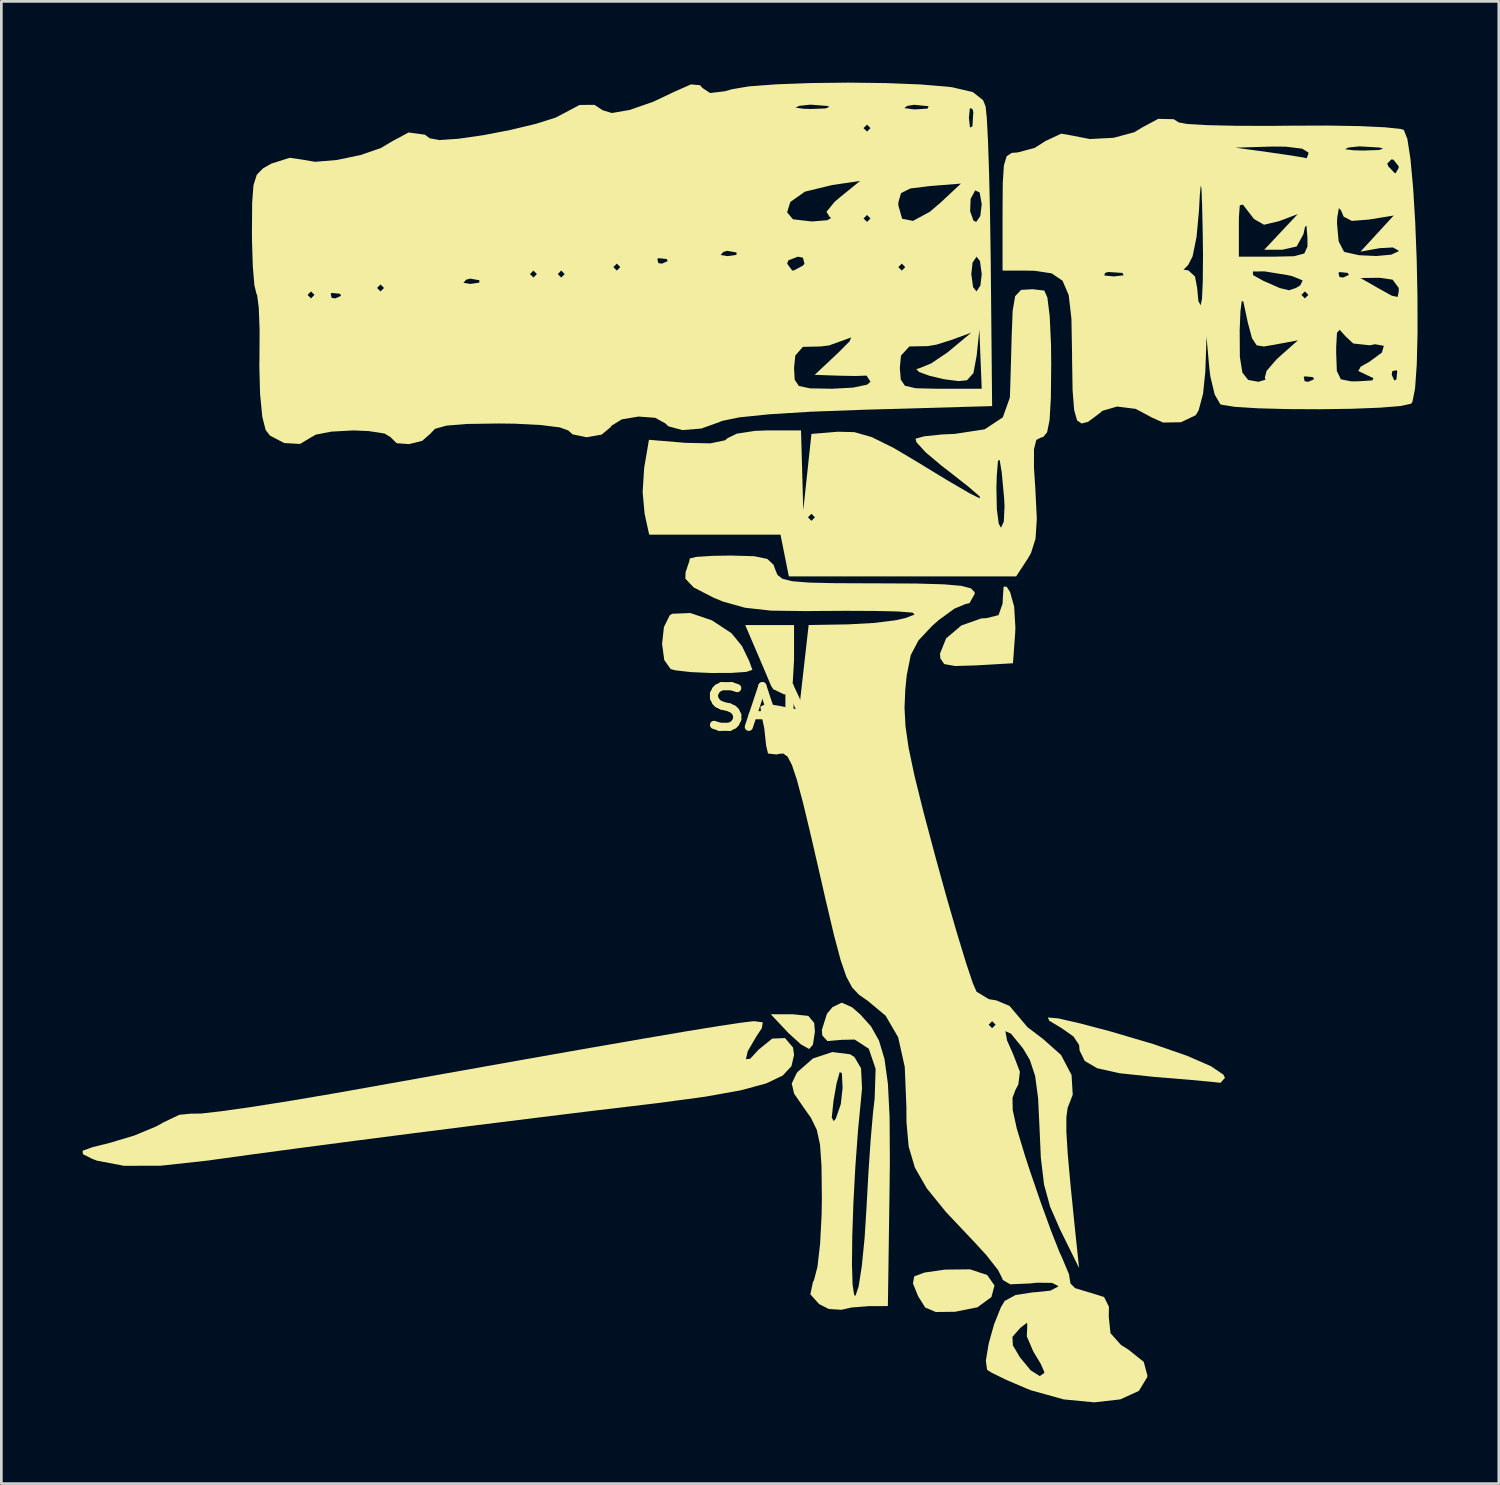
<source format=kicad_pcb>
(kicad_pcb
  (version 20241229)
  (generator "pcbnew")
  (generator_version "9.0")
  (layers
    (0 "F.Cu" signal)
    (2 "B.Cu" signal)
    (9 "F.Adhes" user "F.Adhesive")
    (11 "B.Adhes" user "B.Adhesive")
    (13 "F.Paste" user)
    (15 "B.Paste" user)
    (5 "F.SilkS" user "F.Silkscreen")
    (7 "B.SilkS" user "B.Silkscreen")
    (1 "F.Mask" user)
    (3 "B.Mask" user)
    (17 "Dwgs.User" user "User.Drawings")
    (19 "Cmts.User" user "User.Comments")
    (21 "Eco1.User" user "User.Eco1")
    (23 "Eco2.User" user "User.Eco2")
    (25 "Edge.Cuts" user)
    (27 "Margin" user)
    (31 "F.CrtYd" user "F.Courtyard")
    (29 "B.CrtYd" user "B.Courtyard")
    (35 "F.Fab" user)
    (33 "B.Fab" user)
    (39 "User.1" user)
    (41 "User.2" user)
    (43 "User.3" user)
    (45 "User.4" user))
  (footprint "SAM"
    (layer "F.Cu")
    (at 25.236 23.102)
    (property "Reference" "SAM" (at 0 0 0) (layer "F.SilkS") (effects (font (size 1.5 1.5) (thickness 0.3))))
    (attr board_only exclude_from_pos_files exclude_from_bom)
    (fp_poly (pts (xy 1.552 11.349) (xy 1.77 11.611) (xy 1.796 11.93) (xy 1.723 12.413) (xy 1.584 12.572) (xy 1.281 12.402) (xy 0.823 11.986) (xy 0.77 11.93) (xy 0.167 11.289) (xy 0.982 11.289)) (stroke (width 0) (type solid)) (fill yes) (layer "F.SilkS"))
    (fp_poly (pts (xy 1.026 -1.796) (xy 0.979 -0.968) (xy 0.822 -0.572) (xy 0.669 -0.513) (xy 0.258 -0.71) (xy 0.179 -0.834) (xy -0.002 -1.265) (xy -0.287 -1.934) (xy -0.365 -2.117) (xy -0.777 -3.079) (xy 0.125 -3.079) (xy 1.026 -3.079)) (stroke (width 0) (type solid)) (fill yes) (layer "F.SilkS"))
    (fp_poly (pts (xy 8.157 20.916) (xy 8.425 21.301) (xy 8.312 21.729) (xy 7.795 22.107) (xy 6.966 22.272) (xy 6.259 22.28) (xy 5.867 22.114) (xy 5.604 21.694) (xy 5.604 21.693) (xy 5.415 21.225) (xy 5.462 20.966) (xy 5.835 20.825) (xy 6.593 20.715) (xy 7.522 20.705)) (stroke (width 0) (type solid)) (fill yes) (layer "F.SilkS"))
    (fp_poly (pts (xy -2.003 -3.251) (xy -1.283 -2.776) (xy -0.894 -2.3) (xy -0.63 -1.752) (xy -0.513 -1.43) (xy -0.513 -1.424) (xy -0.741 -1.348) (xy -1.309 -1.311) (xy -2.049 -1.309) (xy -2.79 -1.342) (xy -3.361 -1.408) (xy -3.528 -1.453) (xy -3.765 -1.786) (xy -3.846 -2.38) (xy -3.777 -3.006) (xy -3.564 -3.438) (xy -3.474 -3.495) (xy -2.801 -3.522)) (stroke (width 0) (type solid)) (fill yes) (layer "F.SilkS"))
    (fp_poly (pts (xy 8.876 -4.491) (xy 9.002 -4.294) (xy 9.151 -3.759) (xy 9.197 -2.985) (xy 9.187 -2.755) (xy 9.108 -1.668) (xy 7.761 -1.59) (xy 6.973 -1.566) (xy 6.569 -1.638) (xy 6.427 -1.848) (xy 6.414 -2.025) (xy 6.641 -2.588) (xy 7.204 -3.064) (xy 7.931 -3.321) (xy 8.139 -3.335) (xy 8.575 -3.445) (xy 8.725 -3.871) (xy 8.731 -4.041) (xy 8.762 -4.497)) (stroke (width 0) (type solid)) (fill yes) (layer "F.SilkS"))
    (fp_poly (pts (xy 10.772 11.44) (xy 11.597 11.629) (xy 12.717 11.926) (xy 14.279 12.387) (xy 15.529 12.82) (xy 16.413 13.205) (xy 16.877 13.519) (xy 16.933 13.637) (xy 16.769 13.82) (xy 16.741 13.817) (xy 16.414 13.781) (xy 15.704 13.716) (xy 14.738 13.635) (xy 14.278 13.597) (xy 13.031 13.465) (xy 12.217 13.282) (xy 11.756 13.013) (xy 11.567 12.626) (xy 11.549 12.423) (xy 11.343 12.112) (xy 10.904 11.802) (xy 10.448 11.529) (xy 10.396 11.408)) (stroke (width 0) (type solid)) (fill yes) (layer "F.SilkS"))
    (fp_poly (pts (xy -0.129 11.587) (xy -0.164 11.804) (xy -0.37 12.116) (xy -0.682 12.651) (xy -0.751 12.95) (xy -0.591 12.929) (xy -0.284 12.596) (xy 0.219 12.187) (xy 0.692 12.168) (xy 0.989 12.517) (xy 1.026 12.791) (xy 0.931 13.205) (xy 0.61 13.549) (xy 0.007 13.839) (xy -0.931 14.095) (xy -2.259 14.333) (xy -4.031 14.571) (xy -4.562 14.635) (xy -6.378 14.851) (xy -8.46 15.107) (xy -10.698 15.386) (xy -12.984 15.676) (xy -15.209 15.963) (xy -17.264 16.233) (xy -19.041 16.471) (xy -20.431 16.664) (xy -20.574 16.685) (xy -22.352 16.88) (xy -23.71 16.883) (xy -24.704 16.694) (xy -24.887 16.623) (xy -25.226 16.454) (xy -25.236 16.328) (xy -24.856 16.191) (xy -24.231 16.036) (xy -23.324 15.764) (xy -22.514 15.427) (xy -22.245 15.276) (xy -21.662 14.999) (xy -21.214 14.956) (xy -21.207 14.958) (xy -20.862 14.954) (xy -20.09 14.866) (xy -18.969 14.706) (xy -17.576 14.486) (xy -15.99 14.217) (xy -15.239 14.084) (xy -11.852 13.478) (xy -8.949 12.961) (xy -6.508 12.531) (xy -4.508 12.184) (xy -2.929 11.915) (xy -1.749 11.723) (xy -0.947 11.602) (xy -0.503 11.549) (xy -0.434 11.546)) (stroke (width 0) (type solid)) (fill yes) (layer "F.SilkS"))
    (fp_poly (pts (xy 3.166 11.03) (xy 3.464 11.289) (xy 3.864 11.732) (xy 4.159 12.255) (xy 4.364 12.936) (xy 4.491 13.854) (xy 4.553 15.085) (xy 4.563 16.71) (xy 4.551 17.766) (xy 4.49 22.062) (xy 3.805 22.063) (xy 3.154 22.113) (xy 2.772 22.199) (xy 2.305 22.168) (xy 1.949 21.986) (xy 1.628 21.627) (xy 1.722 21.18) (xy 1.763 21.099) (xy 1.89 20.614) (xy 1.988 19.76) (xy 2.044 18.684) (xy 2.053 18.088) (xy 2.04 16.907) (xy 1.986 16.106) (xy 1.864 15.552) (xy 1.65 15.112) (xy 1.646 15.107) (xy 2.418 15.107) (xy 2.491 15.234) (xy 2.569 15.137) (xy 2.753 14.603) (xy 2.818 14.004) (xy 2.792 13.467) (xy 2.713 13.421) (xy 2.594 13.85) (xy 2.481 14.496) (xy 2.418 15.107) (xy 1.646 15.107) (xy 1.417 14.784) (xy 1.028 14.219) (xy 0.941 13.845) (xy 1.119 13.47) (xy 1.155 13.419) (xy 1.725 12.92) (xy 2.44 12.684) (xy 3.093 12.766) (xy 3.254 12.867) (xy 3.498 13.281) (xy 3.536 14.014) (xy 3.505 14.353) (xy 3.385 15.602) (xy 3.288 16.934) (xy 3.217 18.257) (xy 3.175 19.483) (xy 3.164 20.519) (xy 3.187 21.274) (xy 3.246 21.659) (xy 3.295 21.68) (xy 3.411 21.334) (xy 3.527 20.588) (xy 3.63 19.556) (xy 3.698 18.473) (xy 3.77 17.165) (xy 3.854 15.929) (xy 3.941 14.924) (xy 4.001 14.406) (xy 4.037 13.302) (xy 3.785 12.563) (xy 3.265 12.223) (xy 2.786 12.233) (xy 2.26 12.279) (xy 2.068 12.072) (xy 2.053 11.866) (xy 2.239 11.275) (xy 2.445 11.026) (xy 2.786 10.861)) (stroke (width 0) (type solid)) (fill yes) (layer "F.SilkS"))
    (fp_poly (pts (xy 10.263 -15.426) (xy 10.378 -15.167) (xy 10.464 -14.472) (xy 10.512 -13.42) (xy 10.519 -12.7) (xy 10.506 -11.458) (xy 10.459 -10.649) (xy 10.368 -10.195) (xy 10.222 -10.018) (xy 10.154 -10.006) (xy 9.97 -9.913) (xy 9.883 -9.571) (xy 9.883 -8.885) (xy 9.934 -8.092) (xy 9.988 -6.997) (xy 9.94 -6.262) (xy 9.774 -5.739) (xy 9.652 -5.526) (xy 9.225 -4.875) (xy 5.029 -4.875) (xy 0.834 -4.875) (xy 0.68 -5.644) (xy 0.526 -6.414) (xy -1.897 -6.414) (xy -4.321 -6.414) (xy -4.462 -7.056) (xy 1.539 -7.056) (xy 1.668 -6.927) (xy 1.796 -7.056) (xy 1.668 -7.184) (xy 1.539 -7.056) (xy -4.462 -7.056) (xy -4.491 -7.189) (xy -4.563 -7.983) (xy -4.508 -8.871) (xy -4.496 -8.941) (xy -4.331 -9.917) (xy -2.969 -9.804) (xy -2.064 -9.786) (xy -1.522 -9.898) (xy -1.429 -9.977) (xy -1.089 -10.143) (xy -0.421 -10.246) (xy 0.015 -10.263) (xy 1.283 -10.263) (xy 1.325 -8.787) (xy 1.366 -7.312) (xy 1.517 -8.723) (xy 1.668 -10.134) (xy 2.646 -10.215) (xy 3.254 -10.2) (xy 3.896 -10.016) (xy 4.711 -9.612) (xy 5.468 -9.163) (xy 6.692 -8.418) (xy 7.495 -7.949) (xy 7.886 -7.753) (xy 7.878 -7.828) (xy 7.51 -8.146) (xy 8.496 -8.146) (xy 8.512 -7.354) (xy 8.582 -6.818) (xy 8.666 -6.671) (xy 8.77 -6.898) (xy 8.796 -7.47) (xy 8.781 -7.761) (xy 8.692 -8.717) (xy 8.615 -9.178) (xy 8.553 -9.139) (xy 8.51 -8.595) (xy 8.496 -8.146) (xy 7.51 -8.146) (xy 7.479 -8.173) (xy 6.7 -8.785) (xy 6.466 -8.965) (xy 5.884 -9.455) (xy 5.546 -9.825) (xy 5.51 -9.957) (xy 5.829 -10.046) (xy 6.487 -10.114) (xy 6.966 -10.136) (xy 8.062 -10.304) (xy 8.732 -10.746) (xy 8.992 -11.473) (xy 8.995 -11.53) (xy 9.01 -11.978) (xy 9.033 -12.768) (xy 9.059 -13.726) (xy 9.096 -14.678) (xy 9.187 -15.219) (xy 9.407 -15.451) (xy 9.827 -15.476)) (stroke (width 0) (type solid)) (fill yes) (layer "F.SilkS"))
    (fp_poly (pts (xy -0.445 -5.62) (xy 0.039 -5.52) (xy 0.269 -5.304) (xy 0.331 -5.131) (xy 0.415 -4.928) (xy 0.595 -4.787) (xy 0.955 -4.697) (xy 1.576 -4.646) (xy 2.539 -4.624) (xy 3.925 -4.618) (xy 4.081 -4.618) (xy 5.535 -4.611) (xy 6.55 -4.582) (xy 7.198 -4.526) (xy 7.553 -4.434) (xy 7.688 -4.297) (xy 7.697 -4.233) (xy 7.506 -3.893) (xy 7.339 -3.848) (xy 6.947 -3.684) (xy 6.376 -3.27) (xy 6.121 -3.045) (xy 5.619 -2.511) (xy 5.335 -1.971) (xy 5.185 -1.222) (xy 5.131 -0.671) (xy 5.104 -0.022) (xy 5.14 0.659) (xy 5.257 1.464) (xy 5.472 2.485) (xy 5.802 3.814) (xy 6.255 5.516) (xy 6.664 6.996) (xy 7.046 8.314) (xy 7.373 9.386) (xy 7.621 10.129) (xy 7.761 10.455) (xy 8.22 10.733) (xy 8.489 10.776) (xy 8.981 10.982) (xy 9.229 11.275) (xy 9.64 11.763) (xy 10.219 12.202) (xy 10.882 12.792) (xy 11.271 13.533) (xy 11.313 14.258) (xy 11.222 14.497) (xy 11.128 14.733) (xy 11.079 15.083) (xy 11.078 15.625) (xy 11.128 16.435) (xy 11.232 17.592) (xy 11.392 19.173) (xy 11.413 19.371) (xy 11.547 20.654) (xy 10.85 19.242) (xy 10.479 18.394) (xy 10.254 17.571) (xy 10.136 16.579) (xy 10.092 15.579) (xy 10.035 14.386) (xy 9.925 13.564) (xy 9.73 12.975) (xy 9.477 12.55) (xy 9.034 12.006) (xy 8.828 11.913) (xy 8.888 12.253) (xy 9.118 12.772) (xy 9.363 13.413) (xy 9.305 13.883) (xy 9.207 14.063) (xy 9.09 14.375) (xy 9.098 14.823) (xy 9.248 15.509) (xy 9.557 16.531) (xy 9.741 17.092) (xy 10.134 18.237) (xy 10.508 19.267) (xy 10.812 20.04) (xy 10.942 20.33) (xy 11.174 20.884) (xy 11.23 21.226) (xy 11.4 21.399) (xy 11.905 21.553) (xy 11.93 21.558) (xy 12.472 21.729) (xy 12.65 22.085) (xy 12.644 22.458) (xy 12.708 23.063) (xy 13.095 23.496) (xy 13.367 23.667) (xy 13.935 24.121) (xy 14.071 24.631) (xy 14.065 24.682) (xy 13.756 25.192) (xy 13.07 25.506) (xy 12.111 25.615) (xy 10.982 25.507) (xy 9.783 25.174) (xy 9.621 25.111) (xy 8.868 24.789) (xy 8.319 24.521) (xy 8.152 24.413) (xy 8.107 24.077) (xy 8.209 23.454) (xy 8.28 23.198) (xy 9.088 23.198) (xy 9.104 23.512) (xy 9.369 23.959) (xy 9.76 24.431) (xy 10.097 24.646) (xy 10.26 24.532) (xy 10.263 24.493) (xy 10.136 24.201) (xy 9.856 23.735) (xy 9.619 23.18) (xy 9.635 22.781) (xy 9.629 22.673) (xy 9.375 22.869) (xy 9.088 23.198) (xy 8.28 23.198) (xy 8.41 22.735) (xy 8.661 22.107) (xy 8.801 21.872) (xy 9.205 21.652) (xy 9.859 21.552) (xy 9.909 21.552) (xy 10.49 21.491) (xy 10.771 21.344) (xy 10.776 21.319) (xy 10.551 21.205) (xy 9.99 21.199) (xy 9.749 21.225) (xy 9.007 21.258) (xy 8.726 21.095) (xy 8.723 21.062) (xy 8.555 20.729) (xy 8.121 20.176) (xy 7.667 19.682) (xy 6.633 18.588) (xy 5.927 17.717) (xy 5.487 16.951) (xy 5.257 16.175) (xy 5.176 15.27) (xy 5.174 14.731) (xy 5.113 13.234) (xy 4.868 12.135) (xy 4.599 11.674) (xy 8.21 11.674) (xy 8.338 11.802) (xy 8.467 11.674) (xy 8.338 11.545) (xy 8.21 11.674) (xy 4.599 11.674) (xy 4.405 11.341) (xy 3.743 10.79) (xy 3.423 10.569) (xy 3.172 10.302) (xy 2.957 9.903) (xy 2.745 9.287) (xy 2.501 8.37) (xy 2.193 7.067) (xy 2.061 6.49) (xy 1.671 4.792) (xy 1.37 3.534) (xy 1.136 2.653) (xy 0.949 2.089) (xy 0.787 1.78) (xy 0.629 1.664) (xy 0.452 1.679) (xy 0.393 1.7) (xy 0.066 1.664) (xy -0.004 1.374) (xy -0.074 0.731) (xy -0.162 0.321) (xy -0.217 -0.07) (xy 0.003 -0.171) (xy 0.447 -0.103) (xy 1.211 0.05) (xy 1.388 -1.515) (xy 1.565 -3.079) (xy 3.027 -3.104) (xy 3.964 -3.155) (xy 4.783 -3.256) (xy 5.131 -3.335) (xy 5.475 -3.466) (xy 5.406 -3.537) (xy 4.879 -3.578) (xy 4.746 -3.583) (xy 4.002 -3.599) (xy 2.945 -3.604) (xy 1.773 -3.597) (xy 1.483 -3.594) (xy 0.181 -3.61) (xy -0.787 -3.718) (xy -1.596 -3.945) (xy -1.945 -4.088) (xy -2.681 -4.469) (xy -2.986 -4.792) (xy -2.979 -5.022) (xy -2.842 -5.432) (xy -2.822 -5.537) (xy -2.589 -5.594) (xy -1.985 -5.633) (xy -1.313 -5.644)) (stroke (width 0) (type solid)) (fill yes) (layer "F.SilkS"))
    (fp_poly (pts (xy 15.041 -21.752) (xy 15.227 -21.633) (xy 15.532 -21.575) (xy 16.257 -21.533) (xy 17.308 -21.509) (xy 18.592 -21.505) (xy 19.311 -21.512) (xy 20.692 -21.517) (xy 21.903 -21.497) (xy 22.844 -21.453) (xy 23.418 -21.391) (xy 23.536 -21.354) (xy 23.666 -21.024) (xy 23.781 -20.282) (xy 23.878 -19.227) (xy 23.956 -17.956) (xy 24.011 -16.569) (xy 24.04 -15.163) (xy 24.042 -13.837) (xy 24.013 -12.689) (xy 23.951 -11.817) (xy 23.854 -11.32) (xy 23.805 -11.249) (xy 23.419 -11.165) (xy 22.645 -11.102) (xy 21.608 -11.062) (xy 20.43 -11.045) (xy 19.238 -11.051) (xy 18.154 -11.08) (xy 17.304 -11.133) (xy 16.811 -11.21) (xy 16.759 -11.233) (xy 16.554 -11.588) (xy 16.394 -12.255) (xy 16.354 -12.576) (xy 16.253 -13.726) (xy 16.208 -12.431) (xy 16.125 -11.619) (xy 15.961 -11.005) (xy 15.856 -10.827) (xy 15.311 -10.565) (xy 14.647 -10.554) (xy 14.227 -10.743) (xy 13.638 -11.058) (xy 12.951 -11.145) (xy 12.402 -10.984) (xy 12.313 -10.902) (xy 11.876 -10.577) (xy 11.642 -10.519) (xy 11.474 -10.631) (xy 11.366 -11.016) (xy 11.308 -11.752) (xy 11.289 -12.915) (xy 11.289 -13.076) (xy 11.273 -13.961) (xy 17.476 -13.961) (xy 17.483 -12.976) (xy 17.576 -12.399) (xy 17.791 -12.127) (xy 18.168 -12.059) (xy 18.173 -12.059) (xy 18.429 -12.136) (xy 18.404 -12.213) (xy 18.408 -12.23) (xy 19.841 -12.23) (xy 19.876 -12.077) (xy 20.012 -12.059) (xy 20.223 -12.152) (xy 20.183 -12.23) (xy 19.879 -12.26) (xy 19.841 -12.23) (xy 18.408 -12.23) (xy 18.471 -12.464) (xy 18.836 -12.884) (xy 18.938 -12.979) (xy 19.113 -13.134) (xy 21.038 -13.134) (xy 21.063 -12.457) (xy 21.211 -12.151) (xy 21.594 -12.074) (xy 21.872 -12.077) (xy 22.377 -12.11) (xy 22.412 -12.195) (xy 22.199 -12.293) (xy 22.152 -12.315) (xy 23.091 -12.315) (xy 23.185 -12.104) (xy 23.262 -12.144) (xy 23.293 -12.449) (xy 23.262 -12.486) (xy 23.109 -12.451) (xy 23.091 -12.315) (xy 22.152 -12.315) (xy 21.857 -12.457) (xy 21.943 -12.616) (xy 22.263 -12.797) (xy 22.726 -13.137) (xy 22.798 -13.386) (xy 22.475 -13.445) (xy 22.283 -13.406) (xy 21.669 -13.471) (xy 21.385 -13.735) (xy 21.169 -13.978) (xy 21.068 -13.871) (xy 21.039 -13.343) (xy 21.038 -13.134) (xy 19.113 -13.134) (xy 19.627 -13.589) (xy 18.806 -13.436) (xy 18.37 -13.361) (xy 18.103 -13.405) (xy 17.93 -13.671) (xy 17.774 -14.256) (xy 17.614 -15.009) (xy 17.555 -15.052) (xy 17.505 -14.665) (xy 17.476 -13.961) (xy 11.273 -13.961) (xy 11.266 -14.38) (xy 11.165 -15.257) (xy 10.938 -15.789) (xy 10.65 -15.983) (xy 12.475 -15.983) (xy 12.828 -15.948) (xy 13.193 -15.988) (xy 13.149 -16.077) (xy 12.624 -16.111) (xy 12.508 -16.077) (xy 12.475 -15.983) (xy 10.65 -15.983) (xy 10.536 -16.061) (xy 9.911 -16.156) (xy 9.51 -16.164) (xy 8.723 -16.164) (xy 8.723 -16.2) (xy 15.404 -16.2) (xy 15.586 -16.168) (xy 15.827 -15.945) (xy 15.907 -15.522) (xy 15.951 -15.04) (xy 16.035 -14.881) (xy 16.084 -15.119) (xy 16.091 -15.266) (xy 19.756 -15.266) (xy 19.884 -15.137) (xy 20.012 -15.266) (xy 19.884 -15.394) (xy 19.756 -15.266) (xy 16.091 -15.266) (xy 16.114 -15.764) (xy 16.117 -16.13) (xy 17.963 -16.13) (xy 17.972 -15.996) (xy 18.344 -15.788) (xy 18.958 -15.518) (xy 19.298 -15.437) (xy 19.556 -15.522) (xy 19.712 -15.618) (xy 19.801 -15.801) (xy 19.586 -15.889) (xy 21.936 -15.889) (xy 22.578 -15.522) (xy 23.097 -15.233) (xy 23.307 -15.192) (xy 23.348 -15.397) (xy 23.347 -15.522) (xy 23.122 -15.828) (xy 22.642 -15.898) (xy 21.936 -15.889) (xy 19.586 -15.889) (xy 19.413 -15.959) (xy 19.231 -15.999) (xy 18.739 -16.078) (xy 21.124 -16.078) (xy 21.159 -15.926) (xy 21.295 -15.907) (xy 21.506 -16.001) (xy 21.466 -16.078) (xy 21.162 -16.109) (xy 21.124 -16.078) (xy 18.739 -16.078) (xy 18.393 -16.134) (xy 17.963 -16.13) (xy 16.117 -16.13) (xy 16.123 -16.706) (xy 16.113 -17.511) (xy 16.108 -17.76) (xy 17.446 -17.76) (xy 17.446 -16.677) (xy 18.729 -16.677) (xy 19.488 -16.694) (xy 19.862 -16.795) (xy 19.98 -17.052) (xy 19.977 -17.382) (xy 19.942 -17.823) (xy 19.887 -17.775) (xy 19.831 -17.511) (xy 19.581 -17.054) (xy 19.052 -16.933) (xy 18.383 -16.933) (xy 19.001 -17.591) (xy 19.307 -17.917) (xy 21.068 -17.917) (xy 21.129 -17.244) (xy 21.325 -16.865) (xy 21.359 -16.847) (xy 21.88 -16.731) (xy 22.517 -16.701) (xy 23.072 -16.752) (xy 23.343 -16.877) (xy 23.347 -16.898) (xy 23.132 -17.017) (xy 22.642 -16.991) (xy 21.936 -16.863) (xy 22.549 -17.529) (xy 23.161 -18.195) (xy 22.252 -18.048) (xy 21.617 -17.997) (xy 21.313 -18.155) (xy 21.221 -18.379) (xy 21.138 -18.471) (xy 21.079 -18.126) (xy 21.068 -17.917) (xy 19.307 -17.917) (xy 19.62 -18.249) (xy 18.926 -17.986) (xy 18.374 -17.856) (xy 18.007 -18.066) (xy 17.839 -18.283) (xy 17.594 -18.6) (xy 17.48 -18.571) (xy 17.448 -18.128) (xy 17.446 -17.76) (xy 16.108 -17.76) (xy 16.089 -18.595) (xy 16.066 -19.187) (xy 16.04 -19.307) (xy 16.007 -18.977) (xy 15.972 -18.352) (xy 15.883 -17.397) (xy 15.738 -16.688) (xy 15.573 -16.367) (xy 15.404 -16.2) (xy 8.723 -16.2) (xy 8.723 -18.344) (xy 8.731 -19.402) (xy 8.773 -20.048) (xy 8.792 -20.112) (xy 22.923 -20.112) (xy 22.963 -20.012) (xy 23.193 -19.767) (xy 23.234 -19.756) (xy 23.345 -19.954) (xy 23.347 -20.012) (xy 23.15 -20.259) (xy 23.076 -20.269) (xy 22.923 -20.112) (xy 8.792 -20.112) (xy 8.874 -20.383) (xy 9.06 -20.508) (xy 9.28 -20.525) (xy 9.914 -20.694) (xy 9.925 -20.701) (xy 17.318 -20.701) (xy 18.601 -20.525) (xy 19.345 -20.417) (xy 19.839 -20.335) (xy 19.948 -20.309) (xy 20.01 -20.463) (xy 20.012 -20.525) (xy 19.815 -20.643) (xy 21.366 -20.643) (xy 21.688 -20.603) (xy 22.065 -20.595) (xy 22.62 -20.615) (xy 22.772 -20.666) (xy 22.642 -20.706) (xy 21.894 -20.749) (xy 21.487 -20.706) (xy 21.366 -20.643) (xy 19.815 -20.643) (xy 19.78 -20.664) (xy 19.178 -20.738) (xy 18.665 -20.742) (xy 17.318 -20.701) (xy 9.925 -20.701) (xy 10.297 -20.941) (xy 10.888 -21.218) (xy 11.215 -21.162) (xy 11.946 -21.02) (xy 12.821 -21.065) (xy 13.587 -21.271) (xy 13.875 -21.446) (xy 14.47 -21.765)) (stroke (width 0) (type solid)) (fill yes) (layer "F.SilkS"))
    (fp_poly (pts (xy 4.423 -23.085) (xy 5.694 -23.035) (xy 6.712 -22.95) (xy 6.866 -22.93) (xy 7.624 -22.754) (xy 8.004 -22.455) (xy 8.097 -22.224) (xy 8.141 -21.807) (xy 8.185 -20.964) (xy 8.225 -19.782) (xy 8.259 -18.346) (xy 8.283 -16.745) (xy 8.287 -16.417) (xy 8.338 -11.161) (xy 3.592 -11.026) (xy 1.65 -10.954) (xy 0.11 -10.859) (xy -0.995 -10.745) (xy -1.629 -10.615) (xy -1.715 -10.577) (xy -2.397 -10.332) (xy -3.101 -10.276) (xy -3.618 -10.417) (xy -3.72 -10.519) (xy -4.099 -10.729) (xy -4.714 -10.775) (xy -5.331 -10.672) (xy -5.715 -10.435) (xy -5.737 -10.391) (xy -6.077 -10.108) (xy -6.638 -10.011) (xy -7.153 -10.12) (xy -7.312 -10.263) (xy -7.623 -10.375) (xy -8.325 -10.462) (xy -9.296 -10.512) (xy -9.865 -10.519) (xy -11.047 -10.502) (xy -11.806 -10.44) (xy -12.23 -10.321) (xy -12.408 -10.134) (xy -12.7 -9.879) (xy -13.186 -9.758) (xy -13.644 -9.791) (xy -13.854 -9.998) (xy -13.855 -10.006) (xy -14.086 -10.147) (xy -14.684 -10.24) (xy -15.251 -10.263) (xy -16.054 -10.219) (xy -16.63 -10.107) (xy -16.805 -10.006) (xy -17.213 -9.763) (xy -17.794 -9.797) (xy -18.318 -10.071) (xy -18.479 -10.275) (xy -18.604 -10.768) (xy -18.686 -11.614) (xy -18.711 -12.572) (xy 1.026 -12.572) (xy 1.05 -12.132) (xy 1.205 -11.903) (xy 1.618 -11.816) (xy 2.416 -11.802) (xy 2.437 -11.802) (xy 3.21 -11.844) (xy 3.723 -11.953) (xy 3.848 -12.059) (xy 3.704 -12.284) (xy 3.656 -12.285) (xy 3.287 -12.272) (xy 2.657 -12.284) (xy 2.626 -12.285) (xy 1.788 -12.315) (xy 2.061 -12.572) (xy 4.931 -12.572) (xy 4.965 -12.142) (xy 5.119 -11.912) (xy 5.518 -11.82) (xy 6.285 -11.802) (xy 6.453 -11.802) (xy 7.954 -11.802) (xy 7.91 -12.892) (xy 7.867 -13.983) (xy 7.767 -13.021) (xy 7.647 -12.379) (xy 7.41 -12.115) (xy 7.104 -12.084) (xy 6.567 -12.152) (xy 6.033 -12.278) (xy 5.642 -12.419) (xy 5.538 -12.527) (xy 5.644 -12.555) (xy 6.082 -12.734) (xy 6.673 -13.13) (xy 6.799 -13.232) (xy 7.569 -13.873) (xy 6.854 -13.61) (xy 6.284 -13.43) (xy 5.956 -13.375) (xy 5.284 -13.363) (xy 4.974 -13.026) (xy 4.931 -12.572) (xy 2.061 -12.572) (xy 2.626 -13.101) (xy 3.073 -13.548) (xy 3.136 -13.697) (xy 2.883 -13.604) (xy 2.314 -13.399) (xy 1.985 -13.361) (xy 1.352 -13.348) (xy 1.072 -13.027) (xy 1.026 -12.572) (xy -18.711 -12.572) (xy -18.713 -12.656) (xy -18.708 -12.975) (xy -18.703 -13.984) (xy -18.733 -14.787) (xy -18.793 -15.254) (xy -18.799 -15.266) (xy -16.933 -15.266) (xy -16.805 -15.137) (xy -16.677 -15.266) (xy -16.72 -15.308) (xy -16.078 -15.308) (xy -16.043 -15.156) (xy -15.907 -15.137) (xy -15.696 -15.231) (xy -15.736 -15.308) (xy -16.041 -15.339) (xy -16.078 -15.308) (xy -16.72 -15.308) (xy -16.805 -15.394) (xy -16.933 -15.266) (xy -18.799 -15.266) (xy -18.821 -15.314) (xy -18.871 -15.522) (xy -14.368 -15.522) (xy -14.239 -15.394) (xy -14.111 -15.522) (xy -14.239 -15.651) (xy -14.368 -15.522) (xy -18.871 -15.522) (xy -18.897 -15.631) (xy -18.903 -15.712) (xy -11.178 -15.712) (xy -10.925 -15.671) (xy -10.593 -15.718) (xy -10.589 -15.806) (xy -10.932 -15.867) (xy -11.08 -15.826) (xy -11.178 -15.712) (xy -18.903 -15.712) (xy -18.93 -16.035) (xy -8.723 -16.035) (xy -8.595 -15.907) (xy -8.467 -16.035) (xy -7.697 -16.035) (xy -7.569 -15.907) (xy -7.44 -16.035) (xy 7.569 -16.035) (xy 7.635 -15.553) (xy 7.761 -15.394) (xy 7.906 -15.614) (xy 7.954 -16.035) (xy 7.888 -16.518) (xy 7.761 -16.677) (xy 7.616 -16.457) (xy 7.569 -16.035) (xy -7.44 -16.035) (xy -7.569 -16.164) (xy -7.697 -16.035) (xy -8.467 -16.035) (xy -8.595 -16.164) (xy -8.723 -16.035) (xy -18.93 -16.035) (xy -18.951 -16.292) (xy -5.644 -16.292) (xy -5.516 -16.164) (xy -5.388 -16.292) (xy -5.516 -16.42) (xy -5.644 -16.292) (xy -18.951 -16.292) (xy -18.954 -16.329) (xy -18.962 -16.591) (xy -4.02 -16.591) (xy -3.984 -16.439) (xy -3.848 -16.42) (xy 0.77 -16.42) (xy 0.954 -16.171) (xy 1.011 -16.164) (xy 1.25 -16.292) (xy 4.875 -16.292) (xy 5.003 -16.164) (xy 5.131 -16.292) (xy 5.003 -16.42) (xy 4.875 -16.292) (xy 1.25 -16.292) (xy 1.359 -16.35) (xy 1.411 -16.42) (xy 1.353 -16.64) (xy 1.17 -16.677) (xy 0.819 -16.543) (xy 0.77 -16.42) (xy -3.848 -16.42) (xy -3.637 -16.514) (xy -3.677 -16.591) (xy -3.982 -16.622) (xy -4.02 -16.591) (xy -18.962 -16.591) (xy -18.967 -16.738) (xy -1.685 -16.738) (xy -1.432 -16.697) (xy -1.1 -16.744) (xy -1.096 -16.832) (xy -1.439 -16.893) (xy -1.587 -16.852) (xy -1.685 -16.738) (xy -18.967 -16.738) (xy -18.984 -17.276) (xy -18.986 -17.611) (xy -18.98 -18.313) (xy 0.77 -18.313) (xy 0.987 -18.057) (xy 1.658 -17.979) (xy 1.732 -17.98) (xy 2.255 -18.023) (xy 2.367 -18.088) (xy 3.592 -18.088) (xy 3.72 -17.96) (xy 3.848 -18.088) (xy 3.72 -18.216) (xy 3.592 -18.088) (xy 2.367 -18.088) (xy 2.399 -18.106) (xy 2.344 -18.139) (xy 2.223 -18.334) (xy 2.42 -18.575) (xy 4.875 -18.575) (xy 5.016 -18.078) (xy 5.416 -17.998) (xy 6.036 -18.333) (xy 6.057 -18.351) (xy 7.526 -18.351) (xy 7.65 -18.007) (xy 7.752 -17.96) (xy 7.902 -18.18) (xy 7.954 -18.616) (xy 7.877 -19.049) (xy 7.713 -19.124) (xy 7.544 -18.811) (xy 7.526 -18.351) (xy 6.057 -18.351) (xy 6.429 -18.667) (xy 7.186 -19.375) (xy 6.031 -19.283) (xy 5.313 -19.193) (xy 4.974 -19.021) (xy 4.877 -18.684) (xy 4.875 -18.575) (xy 2.42 -18.575) (xy 2.52 -18.698) (xy 2.729 -18.876) (xy 3.464 -19.473) (xy 2.437 -19.322) (xy 1.428 -19.077) (xy 0.887 -18.696) (xy 0.77 -18.313) (xy -18.98 -18.313) (xy -18.978 -18.659) (xy -18.929 -19.316) (xy -18.807 -19.702) (xy -18.575 -19.939) (xy -18.272 -20.111) (xy -17.594 -20.327) (xy -17.179 -20.268) (xy -16.655 -20.179) (xy -15.854 -20.246) (xy -14.976 -20.429) (xy -14.219 -20.69) (xy -13.854 -20.911) (xy -13.205 -21.262) (xy -12.599 -21.18) (xy -12.427 -21.048) (xy -12.073 -20.982) (xy -11.364 -21.03) (xy -10.44 -21.163) (xy -9.44 -21.356) (xy -9.16 -21.423) (xy 3.592 -21.423) (xy 3.72 -21.295) (xy 3.848 -21.423) (xy 3.72 -21.552) (xy 3.592 -21.423) (xy -9.16 -21.423) (xy -8.504 -21.581) (xy -7.785 -21.808) (xy 7.481 -21.808) (xy 7.521 -21.444) (xy 7.61 -21.487) (xy 7.644 -22.013) (xy 7.61 -22.129) (xy 7.517 -22.161) (xy 7.481 -21.808) (xy -7.785 -21.808) (xy -7.77 -21.813) (xy -7.387 -22.015) (xy -6.889 -22.278) (xy -6.342 -22.282) (xy -6.041 -22.084) (xy -5.7 -21.98) (xy -5.035 -22.095) (xy -4.795 -22.179) (xy 1.079 -22.179) (xy 1.388 -22.136) (xy 1.668 -22.129) (xy 2.196 -22.15) (xy 2.221 -22.161) (xy 5.096 -22.161) (xy 5.436 -22.116) (xy 5.516 -22.115) (xy 5.954 -22.142) (xy 5.993 -22.223) (xy 5.97 -22.233) (xy 5.461 -22.284) (xy 5.2 -22.242) (xy 5.096 -22.161) (xy 2.221 -22.161) (xy 2.332 -22.208) (xy 2.248 -22.241) (xy 1.632 -22.289) (xy 1.222 -22.246) (xy 1.079 -22.179) (xy -4.795 -22.179) (xy -4.172 -22.396) (xy -3.39 -22.767) (xy -2.779 -23.036) (xy -2.446 -23.008) (xy -2.35 -22.901) (xy -2.072 -22.718) (xy -1.525 -22.784) (xy -1.27 -22.857) (xy -0.645 -22.963) (xy 0.364 -23.039) (xy 1.63 -23.086) (xy 3.026 -23.102)) (stroke (width 0) (type solid)) (fill yes) (layer "F.SilkS")))
  (gr_rect
    (start -3 -3)
    (end 52.278 51.717)
    (stroke (width 0.1) (type default))
    (fill no)
    (layer "Edge.Cuts")))
</source>
